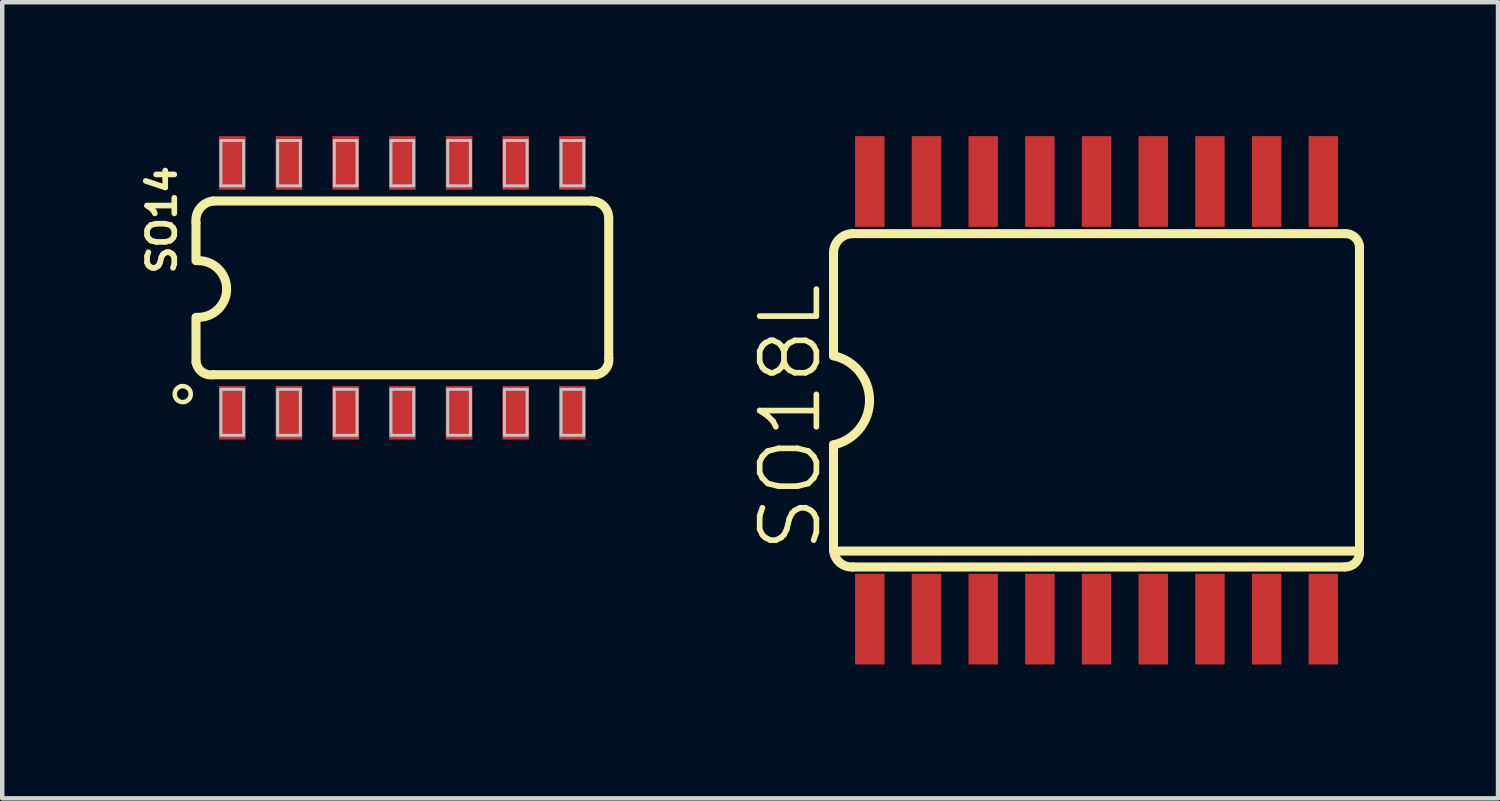
<source format=kicad_pcb>
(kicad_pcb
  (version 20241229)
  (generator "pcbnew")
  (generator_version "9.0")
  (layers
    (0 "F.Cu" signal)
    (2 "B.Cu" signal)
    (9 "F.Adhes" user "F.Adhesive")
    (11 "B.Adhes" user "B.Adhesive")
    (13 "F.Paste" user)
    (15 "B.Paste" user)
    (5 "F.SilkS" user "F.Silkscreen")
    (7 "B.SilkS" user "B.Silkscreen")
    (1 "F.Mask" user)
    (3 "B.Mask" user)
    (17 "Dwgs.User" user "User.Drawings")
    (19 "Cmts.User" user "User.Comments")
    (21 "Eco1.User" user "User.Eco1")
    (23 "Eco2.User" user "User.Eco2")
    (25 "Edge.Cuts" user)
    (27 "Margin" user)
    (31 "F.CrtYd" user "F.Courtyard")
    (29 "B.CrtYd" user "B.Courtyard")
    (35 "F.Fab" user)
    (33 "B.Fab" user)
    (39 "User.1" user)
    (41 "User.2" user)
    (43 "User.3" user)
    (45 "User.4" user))
  (footprint "SO18L"
    (layer "F.Cu")
    (at 17.071 5.918)
    (property "Reference" "SO18L" (at -2.413 0.381 90) (layer "F.SilkS") (effects (font (size 1.27 1.27) (thickness 0.127))))
    (attr smd)
    (fp_line (start -1.448 -3.302) (end -1.448 -0.998) (stroke (width 0.203) (type solid)) (layer "F.SilkS"))
    (fp_line (start -1.448 0.998) (end -1.448 3.353) (stroke (width 0.203) (type solid)) (layer "F.SilkS"))
    (fp_line (start -1.326 3.378) (end 10.262 3.378) (stroke (width 0.203) (type solid)) (layer "F.SilkS"))
    (fp_line (start -1.016 3.734) (end 10.008 3.734) (stroke (width 0.203) (type solid)) (layer "F.SilkS"))
    (fp_line (start 10.008 -3.734) (end -1.016 -3.734) (stroke (width 0.203) (type solid)) (layer "F.SilkS"))
    (fp_line (start 10.335 3.429) (end 10.335 -3.429) (stroke (width 0.203) (type solid)) (layer "F.SilkS"))
    (fp_arc (start -1.4478 -3.302) (mid -1.321329 -3.607329) (end -1.016 -3.7338) (stroke (width 0.2032) (type solid)) (layer "F.SilkS"))
    (fp_arc (start -1.4478 -0.99822) (mid -0.640393 0.000265) (end -1.448319 0.998331) (stroke (width 0.2032) (type solid)) (layer "F.SilkS"))
    (fp_arc (start -1.016 3.7338) (mid -1.310808 3.632729) (end -1.4478 3.3528) (stroke (width 0.2032) (type solid)) (layer "F.SilkS"))
    (fp_arc (start 10.0076 -3.7338) (mid 10.235826 -3.649787) (end 10.3378 -3.429) (stroke (width 0.2032) (type solid)) (layer "F.SilkS"))
    (fp_arc (start 10.33526 3.429) (mid 10.23403 3.647991) (end 10.0076 3.73126) (stroke (width 0.2032) (type solid)) (layer "F.SilkS"))
    (pad "1" smd rect (at -0.635 4.902) (size 0.66 2.032) (layers "F.Cu" "F.Mask" "F.Paste"))
    (pad "2" smd rect (at 0.635 4.902) (size 0.66 2.032) (layers "F.Cu" "F.Mask" "F.Paste"))
    (pad "3" smd rect (at 1.905 4.902) (size 0.66 2.032) (layers "F.Cu" "F.Mask" "F.Paste"))
    (pad "4" smd rect (at 3.175 4.902) (size 0.66 2.032) (layers "F.Cu" "F.Mask" "F.Paste"))
    (pad "5" smd rect (at 4.445 4.902) (size 0.66 2.032) (layers "F.Cu" "F.Mask" "F.Paste"))
    (pad "6" smd rect (at 5.715 4.902) (size 0.66 2.032) (layers "F.Cu" "F.Mask" "F.Paste"))
    (pad "7" smd rect (at 6.985 4.902) (size 0.66 2.032) (layers "F.Cu" "F.Mask" "F.Paste"))
    (pad "8" smd rect (at 8.255 4.902) (size 0.66 2.032) (layers "F.Cu" "F.Mask" "F.Paste"))
    (pad "9" smd rect (at 9.525 4.902) (size 0.66 2.032) (layers "F.Cu" "F.Mask" "F.Paste"))
    (pad "10" smd rect (at 9.525 -4.902) (size 0.66 2.032) (layers "F.Cu" "F.Mask" "F.Paste"))
    (pad "11" smd rect (at 8.255 -4.902) (size 0.66 2.032) (layers "F.Cu" "F.Mask" "F.Paste"))
    (pad "12" smd rect (at 6.985 -4.902) (size 0.66 2.032) (layers "F.Cu" "F.Mask" "F.Paste"))
    (pad "13" smd rect (at 5.715 -4.902) (size 0.66 2.032) (layers "F.Cu" "F.Mask" "F.Paste"))
    (pad "14" smd rect (at 4.445 -4.902) (size 0.66 2.032) (layers "F.Cu" "F.Mask" "F.Paste"))
    (pad "15" smd rect (at 3.175 -4.902) (size 0.66 2.032) (layers "F.Cu" "F.Mask" "F.Paste"))
    (pad "16" smd rect (at 1.905 -4.902) (size 0.66 2.032) (layers "F.Cu" "F.Mask" "F.Paste"))
    (pad "17" smd rect (at 0.635 -4.902) (size 0.66 2.032) (layers "F.Cu" "F.Mask" "F.Paste"))
    (pad "18" smd rect (at -0.635 -4.902) (size 0.66 2.032) (layers "F.Cu" "F.Mask" "F.Paste")))
  (footprint "SO14"
    (layer "F.Cu")
    (at 5.329 3.399)
    (property "Reference" "SO14" (at -4.75 -1.524 90) (layer "F.SilkS") (effects (font (size 0.61 0.61) (thickness 0.127))))
    (attr smd)
    (fp_line (start -3.988 -1.45) (end -3.988 -0.61) (stroke (width 0.203) (type solid)) (layer "F.SilkS"))
    (fp_line (start -3.988 1.664) (end -3.988 0.66) (stroke (width 0.203) (type solid)) (layer "F.SilkS"))
    (fp_line (start -3.604 1.946) (end 4.976 1.946) (stroke (width 0.203) (type solid)) (layer "F.SilkS"))
    (fp_line (start 4.877 -1.946) (end -3.604 -1.946) (stroke (width 0.203) (type solid)) (layer "F.SilkS"))
    (fp_line (start 5.258 1.565) (end 5.258 -1.565) (stroke (width 0.203) (type solid)) (layer "F.SilkS"))
    (fp_arc (start -3.9878 -1.46304) (mid -3.89725 -1.783248) (end -3.6068 -1.94564) (stroke (width 0.2032) (type solid)) (layer "F.SilkS"))
    (fp_arc (start -3.937 -0.6096) (mid -3.302 0.0254) (end -3.937 0.6604) (stroke (width 0.2032) (type solid)) (layer "F.SilkS"))
    (fp_arc (start -3.60426 1.94564) (mid -3.852626 1.884848) (end -3.98526 1.66624) (stroke (width 0.2032) (type solid)) (layer "F.SilkS"))
    (fp_arc (start 4.8768 -1.94564) (mid 5.146208 -1.834048) (end 5.2578 -1.56464) (stroke (width 0.2032) (type solid)) (layer "F.SilkS"))
    (fp_arc (start 5.2578 1.56464) (mid 5.194468 1.814058) (end 4.97332 1.94564) (stroke (width 0.2032) (type solid)) (layer "F.SilkS"))
    (fp_circle (center -4.285 2.38) (end -4.412 2.507) (stroke (width 0.102) (type solid)) (fill no) (layer "F.SilkS"))
    (fp_line (start -3.429 -3.302) (end -2.921 -3.302) (stroke (width 0.066) (type solid)) (layer "Dwgs.User"))
    (fp_line (start -3.429 -2.286) (end -3.429 -3.302) (stroke (width 0.066) (type solid)) (layer "Dwgs.User"))
    (fp_line (start -3.429 -2.286) (end -2.921 -2.286) (stroke (width 0.066) (type solid)) (layer "Dwgs.User"))
    (fp_line (start -3.429 2.273) (end -2.921 2.273) (stroke (width 0.066) (type solid)) (layer "Dwgs.User"))
    (fp_line (start -3.429 3.302) (end -3.429 2.273) (stroke (width 0.066) (type solid)) (layer "Dwgs.User"))
    (fp_line (start -3.429 3.302) (end -2.921 3.302) (stroke (width 0.066) (type solid)) (layer "Dwgs.User"))
    (fp_line (start -2.921 -2.286) (end -2.921 -3.302) (stroke (width 0.066) (type solid)) (layer "Dwgs.User"))
    (fp_line (start -2.921 3.302) (end -2.921 2.273) (stroke (width 0.066) (type solid)) (layer "Dwgs.User"))
    (fp_line (start -2.159 -3.302) (end -1.651 -3.302) (stroke (width 0.066) (type solid)) (layer "Dwgs.User"))
    (fp_line (start -2.159 -2.286) (end -2.159 -3.302) (stroke (width 0.066) (type solid)) (layer "Dwgs.User"))
    (fp_line (start -2.159 -2.286) (end -1.651 -2.286) (stroke (width 0.066) (type solid)) (layer "Dwgs.User"))
    (fp_line (start -2.159 2.273) (end -1.651 2.273) (stroke (width 0.066) (type solid)) (layer "Dwgs.User"))
    (fp_line (start -2.159 3.302) (end -2.159 2.273) (stroke (width 0.066) (type solid)) (layer "Dwgs.User"))
    (fp_line (start -2.159 3.302) (end -1.651 3.302) (stroke (width 0.066) (type solid)) (layer "Dwgs.User"))
    (fp_line (start -1.651 -2.286) (end -1.651 -3.302) (stroke (width 0.066) (type solid)) (layer "Dwgs.User"))
    (fp_line (start -1.651 3.302) (end -1.651 2.273) (stroke (width 0.066) (type solid)) (layer "Dwgs.User"))
    (fp_line (start -0.889 -3.302) (end -0.381 -3.302) (stroke (width 0.066) (type solid)) (layer "Dwgs.User"))
    (fp_line (start -0.889 -2.286) (end -0.889 -3.302) (stroke (width 0.066) (type solid)) (layer "Dwgs.User"))
    (fp_line (start -0.889 -2.286) (end -0.381 -2.286) (stroke (width 0.066) (type solid)) (layer "Dwgs.User"))
    (fp_line (start -0.889 2.273) (end -0.381 2.273) (stroke (width 0.066) (type solid)) (layer "Dwgs.User"))
    (fp_line (start -0.889 3.302) (end -0.889 2.273) (stroke (width 0.066) (type solid)) (layer "Dwgs.User"))
    (fp_line (start -0.889 3.302) (end -0.381 3.302) (stroke (width 0.066) (type solid)) (layer "Dwgs.User"))
    (fp_line (start -0.381 -2.286) (end -0.381 -3.302) (stroke (width 0.066) (type solid)) (layer "Dwgs.User"))
    (fp_line (start -0.381 3.302) (end -0.381 2.273) (stroke (width 0.066) (type solid)) (layer "Dwgs.User"))
    (fp_line (start 0.381 -3.302) (end 0.889 -3.302) (stroke (width 0.066) (type solid)) (layer "Dwgs.User"))
    (fp_line (start 0.381 -2.286) (end 0.381 -3.302) (stroke (width 0.066) (type solid)) (layer "Dwgs.User"))
    (fp_line (start 0.381 -2.286) (end 0.889 -2.286) (stroke (width 0.066) (type solid)) (layer "Dwgs.User"))
    (fp_line (start 0.381 2.273) (end 0.889 2.273) (stroke (width 0.066) (type solid)) (layer "Dwgs.User"))
    (fp_line (start 0.381 3.302) (end 0.381 2.273) (stroke (width 0.066) (type solid)) (layer "Dwgs.User"))
    (fp_line (start 0.381 3.302) (end 0.889 3.302) (stroke (width 0.066) (type solid)) (layer "Dwgs.User"))
    (fp_line (start 0.889 -2.286) (end 0.889 -3.302) (stroke (width 0.066) (type solid)) (layer "Dwgs.User"))
    (fp_line (start 0.889 3.302) (end 0.889 2.273) (stroke (width 0.066) (type solid)) (layer "Dwgs.User"))
    (fp_line (start 1.651 -3.302) (end 2.159 -3.302) (stroke (width 0.066) (type solid)) (layer "Dwgs.User"))
    (fp_line (start 1.651 -2.286) (end 1.651 -3.302) (stroke (width 0.066) (type solid)) (layer "Dwgs.User"))
    (fp_line (start 1.651 -2.286) (end 2.159 -2.286) (stroke (width 0.066) (type solid)) (layer "Dwgs.User"))
    (fp_line (start 1.651 2.273) (end 2.159 2.273) (stroke (width 0.066) (type solid)) (layer "Dwgs.User"))
    (fp_line (start 1.651 3.302) (end 1.651 2.273) (stroke (width 0.066) (type solid)) (layer "Dwgs.User"))
    (fp_line (start 1.651 3.302) (end 2.159 3.302) (stroke (width 0.066) (type solid)) (layer "Dwgs.User"))
    (fp_line (start 2.159 -2.286) (end 2.159 -3.302) (stroke (width 0.066) (type solid)) (layer "Dwgs.User"))
    (fp_line (start 2.159 3.302) (end 2.159 2.273) (stroke (width 0.066) (type solid)) (layer "Dwgs.User"))
    (fp_line (start 2.921 -3.302) (end 3.429 -3.302) (stroke (width 0.066) (type solid)) (layer "Dwgs.User"))
    (fp_line (start 2.921 -2.286) (end 2.921 -3.302) (stroke (width 0.066) (type solid)) (layer "Dwgs.User"))
    (fp_line (start 2.921 -2.286) (end 3.429 -2.286) (stroke (width 0.066) (type solid)) (layer "Dwgs.User"))
    (fp_line (start 2.921 2.273) (end 3.429 2.273) (stroke (width 0.066) (type solid)) (layer "Dwgs.User"))
    (fp_line (start 2.921 3.302) (end 2.921 2.273) (stroke (width 0.066) (type solid)) (layer "Dwgs.User"))
    (fp_line (start 2.921 3.302) (end 3.429 3.302) (stroke (width 0.066) (type solid)) (layer "Dwgs.User"))
    (fp_line (start 3.429 -2.286) (end 3.429 -3.302) (stroke (width 0.066) (type solid)) (layer "Dwgs.User"))
    (fp_line (start 3.429 3.302) (end 3.429 2.273) (stroke (width 0.066) (type solid)) (layer "Dwgs.User"))
    (fp_line (start 4.191 -3.302) (end 4.699 -3.302) (stroke (width 0.066) (type solid)) (layer "Dwgs.User"))
    (fp_line (start 4.191 -2.286) (end 4.191 -3.302) (stroke (width 0.066) (type solid)) (layer "Dwgs.User"))
    (fp_line (start 4.191 -2.286) (end 4.699 -2.286) (stroke (width 0.066) (type solid)) (layer "Dwgs.User"))
    (fp_line (start 4.191 2.273) (end 4.699 2.273) (stroke (width 0.066) (type solid)) (layer "Dwgs.User"))
    (fp_line (start 4.191 3.302) (end 4.191 2.273) (stroke (width 0.066) (type solid)) (layer "Dwgs.User"))
    (fp_line (start 4.191 3.302) (end 4.699 3.302) (stroke (width 0.066) (type solid)) (layer "Dwgs.User"))
    (fp_line (start 4.699 -2.286) (end 4.699 -3.302) (stroke (width 0.066) (type solid)) (layer "Dwgs.User"))
    (fp_line (start 4.699 3.302) (end 4.699 2.273) (stroke (width 0.066) (type solid)) (layer "Dwgs.User"))
    (pad "1" smd rect (at -3.175 2.799) (size 0.599 1.199) (layers "F.Cu" "F.Mask" "F.Paste"))
    (pad "2" smd rect (at -1.905 2.799) (size 0.599 1.199) (layers "F.Cu" "F.Mask" "F.Paste"))
    (pad "3" smd rect (at -0.635 2.799) (size 0.599 1.199) (layers "F.Cu" "F.Mask" "F.Paste"))
    (pad "4" smd rect (at 0.635 2.799) (size 0.599 1.199) (layers "F.Cu" "F.Mask" "F.Paste"))
    (pad "5" smd rect (at 1.905 2.799) (size 0.599 1.199) (layers "F.Cu" "F.Mask" "F.Paste"))
    (pad "6" smd rect (at 3.175 2.799) (size 0.599 1.199) (layers "F.Cu" "F.Mask" "F.Paste"))
    (pad "7" smd rect (at 4.445 2.799) (size 0.599 1.199) (layers "F.Cu" "F.Mask" "F.Paste"))
    (pad "8" smd rect (at 4.445 -2.799) (size 0.599 1.199) (layers "F.Cu" "F.Mask" "F.Paste"))
    (pad "9" smd rect (at 3.175 -2.799) (size 0.599 1.199) (layers "F.Cu" "F.Mask" "F.Paste"))
    (pad "10" smd rect (at 1.905 -2.799) (size 0.599 1.199) (layers "F.Cu" "F.Mask" "F.Paste"))
    (pad "11" smd rect (at 0.635 -2.799) (size 0.599 1.199) (layers "F.Cu" "F.Mask" "F.Paste"))
    (pad "12" smd rect (at -0.635 -2.799) (size 0.599 1.199) (layers "F.Cu" "F.Mask" "F.Paste"))
    (pad "13" smd rect (at -1.905 -2.799) (size 0.599 1.199) (layers "F.Cu" "F.Mask" "F.Paste"))
    (pad "14" smd rect (at -3.175 -2.799) (size 0.599 1.199) (layers "F.Cu" "F.Mask" "F.Paste")))
  (gr_rect
    (start -3 -3)
    (end 30.51 14.836)
    (stroke (width 0.1) (type default))
    (fill no)
    (layer "Edge.Cuts")))
</source>
